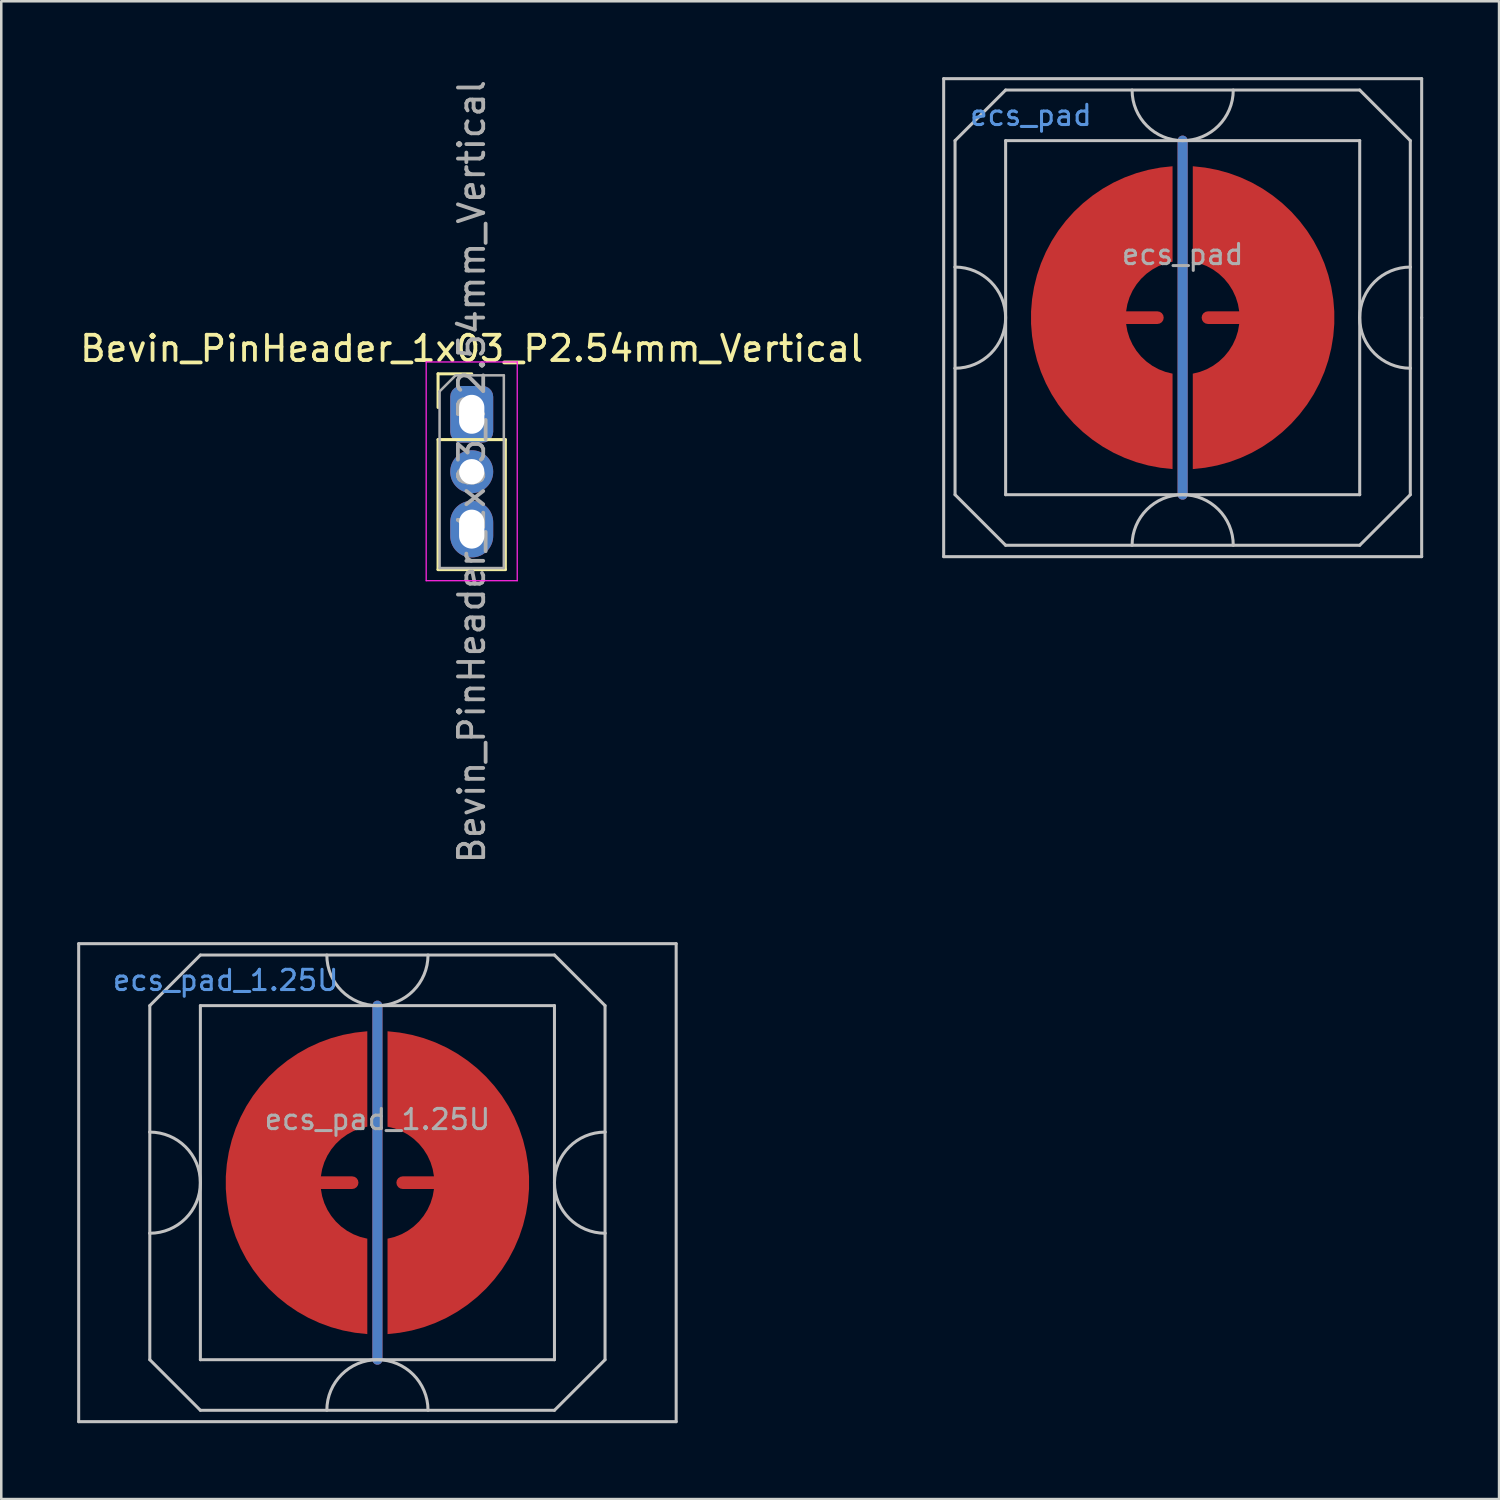
<source format=kicad_pcb>
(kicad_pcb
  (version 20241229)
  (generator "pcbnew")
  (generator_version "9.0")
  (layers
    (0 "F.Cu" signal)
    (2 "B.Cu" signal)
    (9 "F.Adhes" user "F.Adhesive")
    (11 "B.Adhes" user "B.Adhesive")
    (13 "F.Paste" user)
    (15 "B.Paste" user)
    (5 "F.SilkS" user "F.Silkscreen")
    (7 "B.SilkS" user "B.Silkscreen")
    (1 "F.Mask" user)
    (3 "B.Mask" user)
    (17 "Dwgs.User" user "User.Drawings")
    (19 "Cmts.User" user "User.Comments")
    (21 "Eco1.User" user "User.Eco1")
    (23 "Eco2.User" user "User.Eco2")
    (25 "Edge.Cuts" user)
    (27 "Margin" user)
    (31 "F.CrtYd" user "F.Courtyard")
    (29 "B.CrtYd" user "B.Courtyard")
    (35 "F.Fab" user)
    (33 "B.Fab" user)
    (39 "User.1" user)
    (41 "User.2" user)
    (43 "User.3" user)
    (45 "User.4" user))
  (footprint "ecs_pad_1.25U"
    (layer "F.Cu")
    (at 11.873 43.712)
    (property "Reference" "ecs_pad_1.25U" (at -6 -8 0) (layer "Cmts.User") (effects (font (size 0.8 0.8) (thickness 0.12))))
    (attr smd)
    (fp_line (start -11.812 -9.45) (end 11.812 -9.45) (stroke (width 0.12) (type solid)) (layer "Dwgs.User"))
    (fp_line (start -11.812 9.45) (end -11.812 -9.45) (stroke (width 0.12) (type solid)) (layer "Dwgs.User"))
    (fp_line (start -9 -7) (end -9 -2) (stroke (width 0.12) (type solid)) (layer "Dwgs.User"))
    (fp_line (start -9 -2) (end -9 2) (stroke (width 0.12) (type solid)) (layer "Dwgs.User"))
    (fp_line (start -9 2) (end -9 7) (stroke (width 0.12) (type solid)) (layer "Dwgs.User"))
    (fp_line (start -9 7) (end -7 9) (stroke (width 0.12) (type solid)) (layer "Dwgs.User"))
    (fp_line (start -7 -9) (end -9 -7) (stroke (width 0.12) (type solid)) (layer "Dwgs.User"))
    (fp_line (start -7 -7) (end -7 7) (stroke (width 0.12) (type solid)) (layer "Dwgs.User"))
    (fp_line (start -7 7) (end 7 7) (stroke (width 0.12) (type solid)) (layer "Dwgs.User"))
    (fp_line (start -7 9) (end 7 9) (stroke (width 0.12) (type solid)) (layer "Dwgs.User"))
    (fp_line (start 7 -9) (end -7 -9) (stroke (width 0.12) (type solid)) (layer "Dwgs.User"))
    (fp_line (start 7 -9) (end 9 -7) (stroke (width 0.12) (type solid)) (layer "Dwgs.User"))
    (fp_line (start 7 -7) (end -7 -7) (stroke (width 0.12) (type solid)) (layer "Dwgs.User"))
    (fp_line (start 7 7) (end 7 -7) (stroke (width 0.12) (type solid)) (layer "Dwgs.User"))
    (fp_line (start 7 9) (end 9 7) (stroke (width 0.12) (type solid)) (layer "Dwgs.User"))
    (fp_line (start 9 -2) (end 9 -7) (stroke (width 0.12) (type solid)) (layer "Dwgs.User"))
    (fp_line (start 9 -2) (end 9 2) (stroke (width 0.12) (type solid)) (layer "Dwgs.User"))
    (fp_line (start 9 7) (end 9 2) (stroke (width 0.12) (type solid)) (layer "Dwgs.User"))
    (fp_line (start 11.812 -9.45) (end 11.812 9.45) (stroke (width 0.12) (type solid)) (layer "Dwgs.User"))
    (fp_line (start 11.812 9.45) (end -11.812 9.45) (stroke (width 0.12) (type solid)) (layer "Dwgs.User"))
    (fp_arc (start -9 -2) (mid -7 0) (end -9 2) (stroke (width 0.12) (type solid)) (layer "Dwgs.User"))
    (fp_arc (start -2 9) (mid 0 7) (end 2 9) (stroke (width 0.12) (type solid)) (layer "Dwgs.User"))
    (fp_arc (start 2 -9) (mid 0 -7) (end -2 -9) (stroke (width 0.12) (type solid)) (layer "Dwgs.User"))
    (fp_arc (start 9 2) (mid 7 0) (end 9 -2) (stroke (width 0.12) (type solid)) (layer "Dwgs.User"))
    (fp_circle (center 0 0) (end 6.553 0) (stroke (width 0.12) (type solid)) (fill no) (layer "User.3"))
    (fp_text user "${REFERENCE}" (at 0 -2.5 0) (layer "F.Fab") (effects (font (size 0.8 0.8) (thickness 0.12))))
    (pad "1" smd custom (at -1 0) (size 0.4 0.4) (layers "F.Cu") (options (anchor circle)) (primitives (gr_poly (pts (xy 0.6 -2.214) (xy 0.32 -2.145) (xy 0.052 -2.041) (xy -0.201 -1.903) (xy -0.434 -1.734) (xy -0.644 -1.536) (xy -0.826 -1.314) (xy -0.979 -1.07) (xy -1.1 -0.808) (xy -1.186 -0.534) (xy -1.236 -0.25) (xy 0 -0.25) (xy 0.096 -0.231) (xy 0.177 -0.177) (xy 0.231 -0.096) (xy 0.25 0) (xy 0.231 0.096) (xy 0.177 0.177) (xy 0.096 0.231) (xy 0 0.25) (xy -1.236 0.25) (xy -1.186 0.534) (xy -1.1 0.808) (xy -0.979 1.07) (xy -0.826 1.314) (xy -0.644 1.536) (xy -0.434 1.734) (xy -0.201 1.903) (xy 0.052 2.041) (xy 0.32 2.145) (xy 0.6 2.214) (xy 0.6 5.987) (xy 0.115 5.934) (xy -0.364 5.843) (xy -0.834 5.713) (xy -1.292 5.545) (xy -1.735 5.341) (xy -2.159 5.101) (xy -2.563 4.827) (xy -2.943 4.522) (xy -3.298 4.187) (xy -3.623 3.824) (xy -3.919 3.436) (xy -4.182 3.025) (xy -4.41 2.594) (xy -4.603 2.147) (xy -4.759 1.684) (xy -4.876 1.211) (xy -4.955 0.73) (xy -4.995 0.244) (xy -4.995 -0.244) (xy -4.955 -0.73) (xy -4.876 -1.211) (xy -4.759 -1.684) (xy -4.603 -2.147) (xy -4.41 -2.594) (xy -4.182 -3.025) (xy -3.919 -3.436) (xy -3.623 -3.824) (xy -3.298 -4.187) (xy -2.943 -4.522) (xy -2.563 -4.827) (xy -2.159 -5.101) (xy -1.735 -5.341) (xy -1.292 -5.545) (xy -0.834 -5.713) (xy -0.364 -5.843) (xy 0.115 -5.934) (xy 0.6 -5.987)) (width 0) (fill yes))))
    (pad "2" smd custom (at 1 0 180) (size 0.4 0.4) (layers "F.Cu") (options (anchor circle)) (primitives (gr_poly (pts (xy 0.6 -2.214) (xy 0.32 -2.145) (xy 0.052 -2.041) (xy -0.201 -1.903) (xy -0.434 -1.734) (xy -0.644 -1.536) (xy -0.826 -1.314) (xy -0.979 -1.07) (xy -1.1 -0.808) (xy -1.186 -0.534) (xy -1.236 -0.25) (xy 0 -0.25) (xy 0.096 -0.231) (xy 0.177 -0.177) (xy 0.231 -0.096) (xy 0.25 0) (xy 0.231 0.096) (xy 0.177 0.177) (xy 0.096 0.231) (xy 0 0.25) (xy -1.236 0.25) (xy -1.186 0.534) (xy -1.1 0.808) (xy -0.979 1.07) (xy -0.826 1.314) (xy -0.644 1.536) (xy -0.434 1.734) (xy -0.201 1.903) (xy 0.052 2.041) (xy 0.32 2.145) (xy 0.6 2.214) (xy 0.6 5.987) (xy 0.115 5.934) (xy -0.364 5.843) (xy -0.834 5.713) (xy -1.292 5.545) (xy -1.735 5.341) (xy -2.159 5.101) (xy -2.563 4.827) (xy -2.943 4.522) (xy -3.298 4.187) (xy -3.623 3.824) (xy -3.919 3.436) (xy -4.182 3.025) (xy -4.41 2.594) (xy -4.603 2.147) (xy -4.759 1.684) (xy -4.876 1.211) (xy -4.955 0.73) (xy -4.995 0.244) (xy -4.995 -0.244) (xy -4.955 -0.73) (xy -4.876 -1.211) (xy -4.759 -1.684) (xy -4.603 -2.147) (xy -4.41 -2.594) (xy -4.182 -3.025) (xy -3.919 -3.436) (xy -3.623 -3.824) (xy -3.298 -4.187) (xy -2.943 -4.522) (xy -2.563 -4.827) (xy -2.159 -5.101) (xy -1.735 -5.341) (xy -1.292 -5.545) (xy -0.834 -5.713) (xy -0.364 -5.843) (xy 0.115 -5.934) (xy 0.6 -5.987)) (width 0) (fill yes))))
    (pad "3" smd custom (at 0 -7) (size 0.4 0.4) (layers "F.Cu") (options (anchor circle)) (primitives (gr_line (start 0 0) (end 0 14) (width 0.4))))
    (pad "3" smd custom (at 0 -7) (size 0.4 0.4) (layers "B.Cu") (options (anchor circle)) (primitives (gr_line (start 0 0) (end 0 14) (width 0.4))))
    (zone (net_name "") (layer "B.Cu") (hatch edge 0.508) (connect_pads) (min_thickness 0.254) (filled_areas_thickness no) (keepout (tracks allowed) (vias allowed) (pads allowed) (copperpour not_allowed) (footprints allowed)) (placement (enabled no)) (fill) (polygon (pts (xy 18.431 43.712) (xy 18.411 43.198) (xy 18.35 42.686) (xy 18.25 42.181) (xy 18.11 41.686) (xy 17.932 41.203) (xy 17.716 40.735) (xy 17.464 40.286) (xy 17.178 39.858) (xy 16.859 39.453) (xy 16.51 39.075) (xy 16.132 38.725) (xy 15.727 38.407) (xy 15.299 38.121) (xy 14.85 37.869) (xy 14.382 37.653) (xy 13.899 37.475) (xy 13.403 37.335) (xy 12.898 37.235) (xy 12.387 37.174) (xy 11.873 37.154) (xy 11.358 37.174) (xy 10.847 37.235) (xy 10.342 37.335) (xy 9.846 37.475) (xy 9.363 37.653) (xy 8.895 37.869) (xy 8.446 38.121) (xy 8.018 38.407) (xy 7.613 38.725) (xy 7.235 39.075) (xy 6.886 39.453) (xy 6.567 39.858) (xy 6.281 40.286) (xy 6.029 40.735) (xy 5.813 41.203) (xy 5.635 41.686) (xy 5.495 42.181) (xy 5.395 42.686) (xy 5.334 43.198) (xy 5.314 43.712) (xy 5.334 44.227) (xy 5.395 44.738) (xy 5.495 45.243) (xy 5.635 45.739) (xy 5.813 46.222) (xy 6.029 46.69) (xy 6.281 47.139) (xy 6.567 47.567) (xy 6.886 47.972) (xy 7.235 48.35) (xy 7.613 48.699) (xy 8.018 49.018) (xy 8.446 49.304) (xy 8.895 49.556) (xy 9.363 49.771) (xy 9.846 49.95) (xy 10.342 50.089) (xy 10.847 50.19) (xy 11.358 50.25) (xy 11.873 50.271) (xy 12.387 50.25) (xy 12.898 50.19) (xy 13.403 50.089) (xy 13.899 49.95) (xy 14.382 49.771) (xy 14.85 49.556) (xy 15.299 49.304) (xy 15.727 49.018) (xy 16.132 48.699) (xy 16.51 48.35) (xy 16.859 47.972) (xy 17.178 47.567) (xy 17.464 47.139) (xy 17.716 46.69) (xy 17.932 46.222) (xy 18.11 45.739) (xy 18.25 45.243) (xy 18.35 44.738) (xy 18.411 44.227)))))
  (footprint "Bevin_PinHeader_1x03_P2.54mm_Vertical"
    (layer "F.Cu")
    (at 15.601 13.061)
    (property "Reference" "Bevin_PinHeader_1x03_P2.54mm_Vertical" (at 0 -2.33 0) (layer "F.SilkS") (effects (font (size 1 1) (thickness 0.15))))
    (attr through_hole)
    (fp_line (start -1.33 -1.33) (end 0 -1.33) (stroke (width 0.12) (type solid)) (layer "F.SilkS"))
    (fp_line (start -1.33 0) (end -1.33 -1.33) (stroke (width 0.12) (type solid)) (layer "F.SilkS"))
    (fp_line (start -1.33 1.27) (end -1.33 6.41) (stroke (width 0.12) (type solid)) (layer "F.SilkS"))
    (fp_line (start -1.33 1.27) (end 1.33 1.27) (stroke (width 0.12) (type solid)) (layer "F.SilkS"))
    (fp_line (start -1.33 6.41) (end 1.33 6.41) (stroke (width 0.12) (type solid)) (layer "F.SilkS"))
    (fp_line (start 1.33 1.27) (end 1.33 6.41) (stroke (width 0.12) (type solid)) (layer "F.SilkS"))
    (fp_line (start -1.8 -1.8) (end -1.8 6.85) (stroke (width 0.05) (type solid)) (layer "F.CrtYd"))
    (fp_line (start -1.8 6.85) (end 1.8 6.85) (stroke (width 0.05) (type solid)) (layer "F.CrtYd"))
    (fp_line (start 1.8 -1.8) (end -1.8 -1.8) (stroke (width 0.05) (type solid)) (layer "F.CrtYd"))
    (fp_line (start 1.8 6.85) (end 1.8 -1.8) (stroke (width 0.05) (type solid)) (layer "F.CrtYd"))
    (fp_line (start -1.27 -0.635) (end -0.635 -1.27) (stroke (width 0.1) (type solid)) (layer "F.Fab"))
    (fp_line (start -1.27 6.35) (end -1.27 -0.635) (stroke (width 0.1) (type solid)) (layer "F.Fab"))
    (fp_line (start -0.635 -1.27) (end 1.27 -1.27) (stroke (width 0.1) (type solid)) (layer "F.Fab"))
    (fp_line (start 1.27 -1.27) (end 1.27 6.35) (stroke (width 0.1) (type solid)) (layer "F.Fab"))
    (fp_line (start 1.27 6.35) (end -1.27 6.35) (stroke (width 0.1) (type solid)) (layer "F.Fab"))
    (fp_text user "${REFERENCE}" (at 0 2.54 90) (layer "F.Fab") (effects (font (size 1 1) (thickness 0.15))))
    (pad "1" thru_hole roundrect (at 0 0.27) (size 1.7 2.24) (drill oval 1 1.54) (layers "*.Cu" "*.Mask") (roundrect_rratio 0.25))
    (pad "2" thru_hole oval (at 0 2.54) (size 1.7 1.7) (drill 1) (layers "*.Cu" "*.Mask"))
    (pad "3" thru_hole oval (at 0 4.81) (size 1.7 2.24) (drill oval 1 1.54) (layers "*.Cu" "*.Mask")))
  (footprint "ecs_pad"
    (layer "F.Cu")
    (at 43.712 9.51)
    (property "Reference" "ecs_pad" (at -6 -8 0) (layer "Cmts.User") (effects (font (size 0.8 0.8) (thickness 0.12))))
    (attr smd)
    (fp_line (start -9.45 -9.45) (end 9.45 -9.45) (stroke (width 0.12) (type solid)) (layer "Dwgs.User"))
    (fp_line (start -9.45 9.45) (end -9.45 -9.45) (stroke (width 0.12) (type solid)) (layer "Dwgs.User"))
    (fp_line (start -9 -7) (end -9 -2) (stroke (width 0.12) (type solid)) (layer "Dwgs.User"))
    (fp_line (start -9 -2) (end -9 2) (stroke (width 0.12) (type solid)) (layer "Dwgs.User"))
    (fp_line (start -9 2) (end -9 7) (stroke (width 0.12) (type solid)) (layer "Dwgs.User"))
    (fp_line (start -9 7) (end -7 9) (stroke (width 0.12) (type solid)) (layer "Dwgs.User"))
    (fp_line (start -7 -9) (end -9 -7) (stroke (width 0.12) (type solid)) (layer "Dwgs.User"))
    (fp_line (start -7 -7) (end -7 7) (stroke (width 0.12) (type solid)) (layer "Dwgs.User"))
    (fp_line (start -7 7) (end 7 7) (stroke (width 0.12) (type solid)) (layer "Dwgs.User"))
    (fp_line (start -7 9) (end 7 9) (stroke (width 0.12) (type solid)) (layer "Dwgs.User"))
    (fp_line (start 7 -9) (end -7 -9) (stroke (width 0.12) (type solid)) (layer "Dwgs.User"))
    (fp_line (start 7 -9) (end 9 -7) (stroke (width 0.12) (type solid)) (layer "Dwgs.User"))
    (fp_line (start 7 -7) (end -7 -7) (stroke (width 0.12) (type solid)) (layer "Dwgs.User"))
    (fp_line (start 7 7) (end 7 -7) (stroke (width 0.12) (type solid)) (layer "Dwgs.User"))
    (fp_line (start 7 9) (end 9 7) (stroke (width 0.12) (type solid)) (layer "Dwgs.User"))
    (fp_line (start 9 -2) (end 9 -7) (stroke (width 0.12) (type solid)) (layer "Dwgs.User"))
    (fp_line (start 9 -2) (end 9 2) (stroke (width 0.12) (type solid)) (layer "Dwgs.User"))
    (fp_line (start 9 7) (end 9 2) (stroke (width 0.12) (type solid)) (layer "Dwgs.User"))
    (fp_line (start 9.45 -9.45) (end 9.45 0) (stroke (width 0.12) (type solid)) (layer "Dwgs.User"))
    (fp_line (start 9.45 0) (end 9.45 9.45) (stroke (width 0.12) (type solid)) (layer "Dwgs.User"))
    (fp_line (start 9.45 9.45) (end -9.45 9.45) (stroke (width 0.12) (type solid)) (layer "Dwgs.User"))
    (fp_arc (start -9 -2) (mid -7 0) (end -9 2) (stroke (width 0.12) (type solid)) (layer "Dwgs.User"))
    (fp_arc (start -2 9) (mid 0 7) (end 2 9) (stroke (width 0.12) (type solid)) (layer "Dwgs.User"))
    (fp_arc (start 2 -9) (mid 0 -7) (end -2 -9) (stroke (width 0.12) (type solid)) (layer "Dwgs.User"))
    (fp_arc (start 9 2) (mid 7 0) (end 9 -2) (stroke (width 0.12) (type solid)) (layer "Dwgs.User"))
    (fp_circle (center 0 0) (end 6.553 0) (stroke (width 0.12) (type solid)) (fill no) (layer "User.3"))
    (fp_text user "${REFERENCE}" (at 0 -2.5 0) (layer "F.Fab") (effects (font (size 0.8 0.8) (thickness 0.12))))
    (pad "1" smd custom (at -1 0) (size 0.4 0.4) (layers "F.Cu") (options (anchor circle)) (primitives (gr_poly (pts (xy 0.6 -2.214) (xy 0.32 -2.145) (xy 0.052 -2.041) (xy -0.201 -1.903) (xy -0.434 -1.734) (xy -0.644 -1.536) (xy -0.826 -1.314) (xy -0.979 -1.07) (xy -1.1 -0.808) (xy -1.186 -0.534) (xy -1.236 -0.25) (xy 0 -0.25) (xy 0.096 -0.231) (xy 0.177 -0.177) (xy 0.231 -0.096) (xy 0.25 0) (xy 0.231 0.096) (xy 0.177 0.177) (xy 0.096 0.231) (xy 0 0.25) (xy -1.236 0.25) (xy -1.186 0.534) (xy -1.1 0.808) (xy -0.979 1.07) (xy -0.826 1.314) (xy -0.644 1.536) (xy -0.434 1.734) (xy -0.201 1.903) (xy 0.052 2.041) (xy 0.32 2.145) (xy 0.6 2.214) (xy 0.6 5.987) (xy 0.115 5.934) (xy -0.364 5.843) (xy -0.834 5.713) (xy -1.292 5.545) (xy -1.735 5.341) (xy -2.159 5.101) (xy -2.563 4.827) (xy -2.943 4.522) (xy -3.298 4.187) (xy -3.623 3.824) (xy -3.919 3.436) (xy -4.182 3.025) (xy -4.41 2.594) (xy -4.603 2.147) (xy -4.759 1.684) (xy -4.876 1.211) (xy -4.955 0.73) (xy -4.995 0.244) (xy -4.995 -0.244) (xy -4.955 -0.73) (xy -4.876 -1.211) (xy -4.759 -1.684) (xy -4.603 -2.147) (xy -4.41 -2.594) (xy -4.182 -3.025) (xy -3.919 -3.436) (xy -3.623 -3.824) (xy -3.298 -4.187) (xy -2.943 -4.522) (xy -2.563 -4.827) (xy -2.159 -5.101) (xy -1.735 -5.341) (xy -1.292 -5.545) (xy -0.834 -5.713) (xy -0.364 -5.843) (xy 0.115 -5.934) (xy 0.6 -5.987)) (width 0) (fill yes))))
    (pad "2" smd custom (at 1 0 180) (size 0.4 0.4) (layers "F.Cu") (options (anchor circle)) (primitives (gr_poly (pts (xy 0.6 -2.214) (xy 0.32 -2.145) (xy 0.052 -2.041) (xy -0.201 -1.903) (xy -0.434 -1.734) (xy -0.644 -1.536) (xy -0.826 -1.314) (xy -0.979 -1.07) (xy -1.1 -0.808) (xy -1.186 -0.534) (xy -1.236 -0.25) (xy 0 -0.25) (xy 0.096 -0.231) (xy 0.177 -0.177) (xy 0.231 -0.096) (xy 0.25 0) (xy 0.231 0.096) (xy 0.177 0.177) (xy 0.096 0.231) (xy 0 0.25) (xy -1.236 0.25) (xy -1.186 0.534) (xy -1.1 0.808) (xy -0.979 1.07) (xy -0.826 1.314) (xy -0.644 1.536) (xy -0.434 1.734) (xy -0.201 1.903) (xy 0.052 2.041) (xy 0.32 2.145) (xy 0.6 2.214) (xy 0.6 5.987) (xy 0.115 5.934) (xy -0.364 5.843) (xy -0.834 5.713) (xy -1.292 5.545) (xy -1.735 5.341) (xy -2.159 5.101) (xy -2.563 4.827) (xy -2.943 4.522) (xy -3.298 4.187) (xy -3.623 3.824) (xy -3.919 3.436) (xy -4.182 3.025) (xy -4.41 2.594) (xy -4.603 2.147) (xy -4.759 1.684) (xy -4.876 1.211) (xy -4.955 0.73) (xy -4.995 0.244) (xy -4.995 -0.244) (xy -4.955 -0.73) (xy -4.876 -1.211) (xy -4.759 -1.684) (xy -4.603 -2.147) (xy -4.41 -2.594) (xy -4.182 -3.025) (xy -3.919 -3.436) (xy -3.623 -3.824) (xy -3.298 -4.187) (xy -2.943 -4.522) (xy -2.563 -4.827) (xy -2.159 -5.101) (xy -1.735 -5.341) (xy -1.292 -5.545) (xy -0.834 -5.713) (xy -0.364 -5.843) (xy 0.115 -5.934) (xy 0.6 -5.987)) (width 0) (fill yes))))
    (pad "3" smd custom (at -0.002 -7.001) (size 0.4 0.4) (layers "F.Cu") (options (anchor circle)) (primitives (gr_line (start 0 0) (end 0 14) (width 0.4))))
    (pad "3" smd custom (at -0.002 -7.001) (size 0.4 0.4) (layers "B.Cu") (options (anchor circle)) (primitives (gr_line (start 0 0) (end 0 14) (width 0.4))))
    (zone (net_name "") (layer "B.Cu") (hatch edge 0.508) (connect_pads) (min_thickness 0.254) (filled_areas_thickness no) (keepout (tracks allowed) (vias allowed) (pads allowed) (copperpour not_allowed) (footprints allowed)) (placement (enabled no)) (fill) (polygon (pts (xy 50.271 9.51) (xy 50.25 8.995) (xy 50.19 8.484) (xy 50.089 7.979) (xy 49.95 7.483) (xy 49.771 7) (xy 49.556 6.533) (xy 49.304 6.083) (xy 49.018 5.655) (xy 48.699 5.251) (xy 48.35 4.873) (xy 47.972 4.523) (xy 47.567 4.204) (xy 47.139 3.918) (xy 46.69 3.667) (xy 46.222 3.451) (xy 45.739 3.273) (xy 45.243 3.133) (xy 44.738 3.032) (xy 44.227 2.972) (xy 43.712 2.952) (xy 43.198 2.972) (xy 42.686 3.032) (xy 42.181 3.133) (xy 41.686 3.273) (xy 41.203 3.451) (xy 40.735 3.667) (xy 40.286 3.918) (xy 39.858 4.204) (xy 39.453 4.523) (xy 39.075 4.873) (xy 38.725 5.251) (xy 38.407 5.655) (xy 38.121 6.083) (xy 37.869 6.533) (xy 37.653 7) (xy 37.475 7.483) (xy 37.335 7.979) (xy 37.235 8.484) (xy 37.174 8.995) (xy 37.154 9.51) (xy 37.174 10.025) (xy 37.235 10.536) (xy 37.335 11.041) (xy 37.475 11.537) (xy 37.653 12.02) (xy 37.869 12.487) (xy 38.121 12.937) (xy 38.407 13.365) (xy 38.725 13.769) (xy 39.075 14.147) (xy 39.453 14.497) (xy 39.858 14.816) (xy 40.286 15.102) (xy 40.735 15.353) (xy 41.203 15.569) (xy 41.686 15.747) (xy 42.181 15.887) (xy 42.686 15.988) (xy 43.198 16.048) (xy 43.712 16.068) (xy 44.227 16.048) (xy 44.738 15.988) (xy 45.243 15.887) (xy 45.739 15.747) (xy 46.222 15.569) (xy 46.69 15.353) (xy 47.139 15.102) (xy 47.567 14.816) (xy 47.972 14.497) (xy 48.35 14.147) (xy 48.699 13.769) (xy 49.018 13.365) (xy 49.304 12.937) (xy 49.556 12.487) (xy 49.771 12.02) (xy 49.95 11.537) (xy 50.089 11.041) (xy 50.19 10.536) (xy 50.25 10.025)))))
  (gr_rect
    (start -3 -3)
    (end 56.222 56.222)
    (stroke (width 0.1) (type default))
    (fill no)
    (layer "Edge.Cuts")))
</source>
